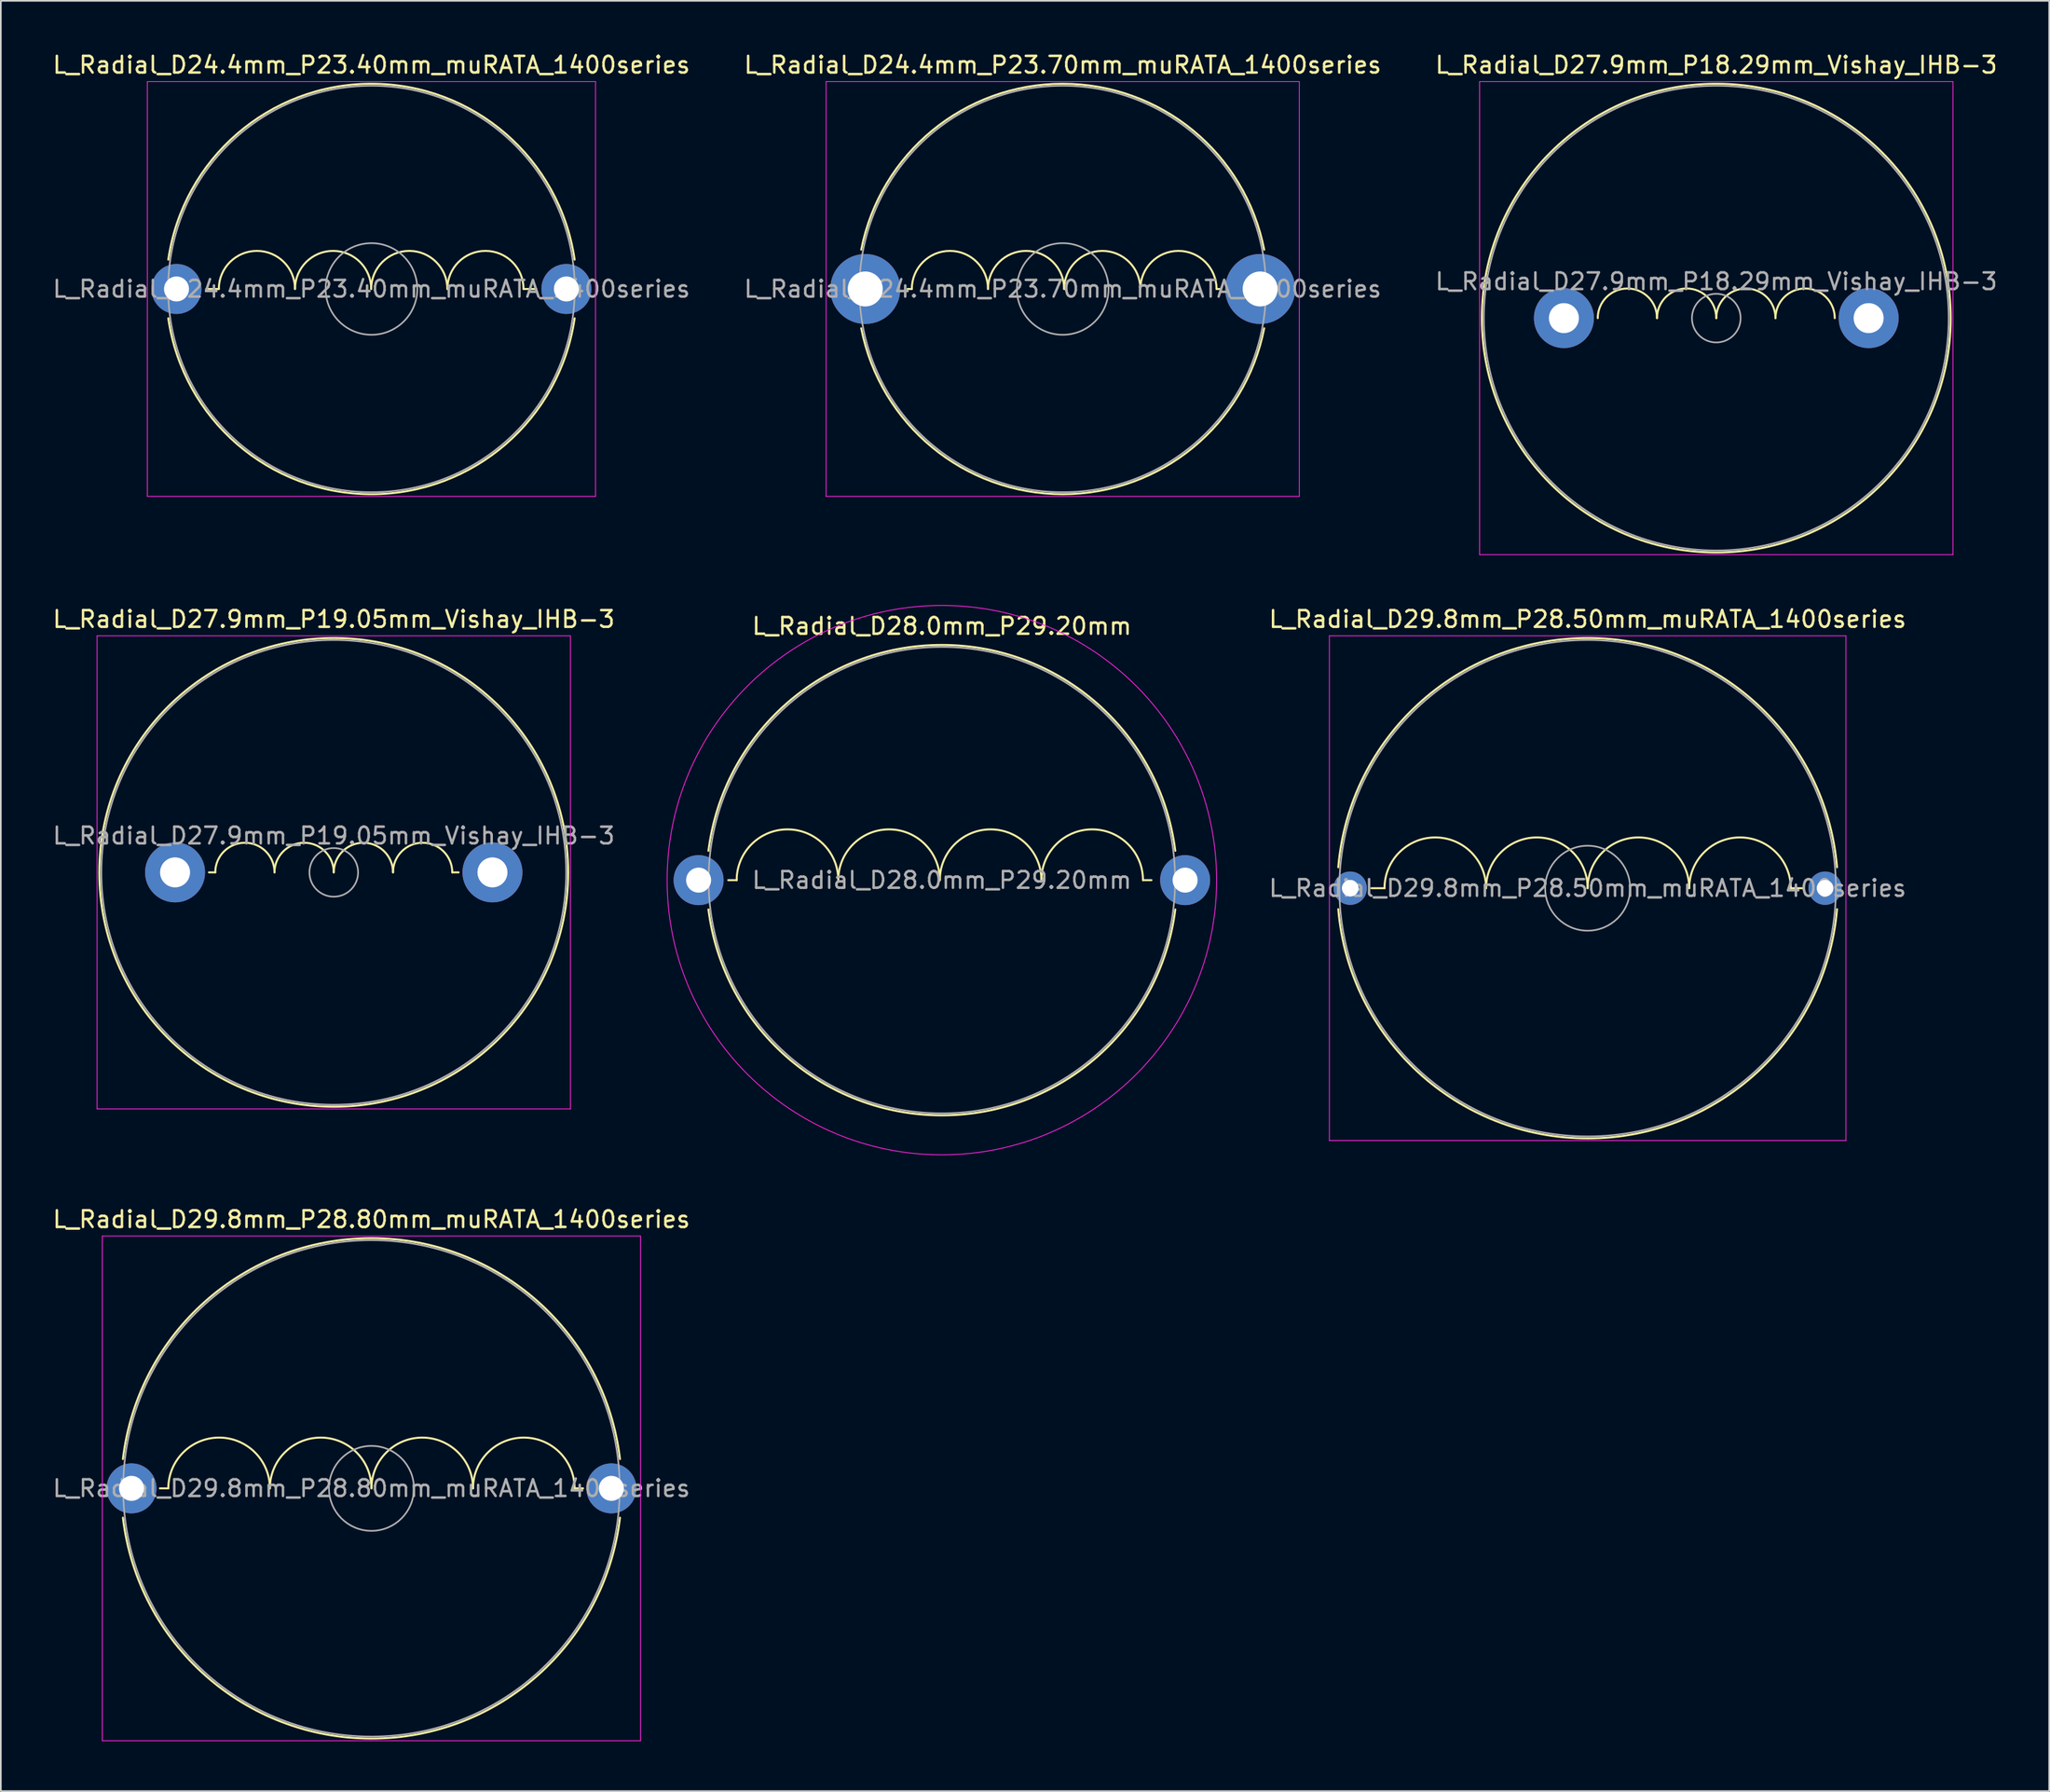
<source format=kicad_pcb>
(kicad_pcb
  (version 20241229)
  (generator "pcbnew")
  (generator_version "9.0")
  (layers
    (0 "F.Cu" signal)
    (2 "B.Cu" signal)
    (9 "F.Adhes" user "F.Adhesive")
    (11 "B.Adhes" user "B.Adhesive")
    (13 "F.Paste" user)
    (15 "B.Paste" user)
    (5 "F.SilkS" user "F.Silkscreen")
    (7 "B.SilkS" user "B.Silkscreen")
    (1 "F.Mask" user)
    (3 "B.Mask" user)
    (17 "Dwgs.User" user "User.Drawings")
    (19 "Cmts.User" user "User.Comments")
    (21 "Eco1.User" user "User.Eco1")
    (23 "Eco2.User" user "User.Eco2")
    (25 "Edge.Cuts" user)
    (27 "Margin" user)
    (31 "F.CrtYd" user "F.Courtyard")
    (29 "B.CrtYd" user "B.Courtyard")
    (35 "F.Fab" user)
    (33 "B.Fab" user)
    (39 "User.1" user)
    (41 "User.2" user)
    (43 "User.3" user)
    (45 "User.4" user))
  (footprint "L_Radial_D29.8mm_P28.50mm_muRATA_1400series"
    (layer "F.Cu")
    (at 77.988 50.272)
    (property "Reference" "L_Radial_D29.8mm_P28.50mm_muRATA_1400series" (at 14.25 -16.15 0) (layer "F.SilkS") (effects (font (size 1 1) (thickness 0.15))))
    (attr through_hole)
    (fp_line (start 2.058 0) (end 1.27 0) (stroke (width 0.12) (type solid)) (layer "F.SilkS"))
    (fp_line (start 26.442 0) (end 27.178 0) (stroke (width 0.12) (type solid)) (layer "F.SilkS"))
    (fp_arc (start -0.717057 -1.26) (mid 14.25 -15.02) (end 29.217057 -1.26) (stroke (width 0.12) (type solid)) (layer "F.SilkS"))
    (fp_arc (start 2.058 0) (mid 5.106 -3.048) (end 8.154 0) (stroke (width 0.12) (type solid)) (layer "F.SilkS"))
    (fp_arc (start 8.154 0) (mid 11.202 -3.048) (end 14.25 0) (stroke (width 0.12) (type solid)) (layer "F.SilkS"))
    (fp_arc (start 14.25 0) (mid 17.298 -3.048) (end 20.346 0) (stroke (width 0.12) (type solid)) (layer "F.SilkS"))
    (fp_arc (start 20.346 0) (mid 23.394 -3.048) (end 26.442 0) (stroke (width 0.12) (type solid)) (layer "F.SilkS"))
    (fp_arc (start 29.217057 1.26) (mid 14.25 15.02) (end -0.717057 1.26) (stroke (width 0.12) (type solid)) (layer "F.SilkS"))
    (fp_line (start -1.25 -15.15) (end -1.25 15.15) (stroke (width 0.05) (type solid)) (layer "F.CrtYd"))
    (fp_line (start -1.25 15.15) (end 29.75 15.15) (stroke (width 0.05) (type solid)) (layer "F.CrtYd"))
    (fp_line (start 29.75 -15.15) (end -1.25 -15.15) (stroke (width 0.05) (type solid)) (layer "F.CrtYd"))
    (fp_line (start 29.75 15.15) (end 29.75 -15.15) (stroke (width 0.05) (type solid)) (layer "F.CrtYd"))
    (fp_circle (center 14.25 0) (end 16.8 0) (stroke (width 0.1) (type solid)) (fill no) (layer "F.Fab"))
    (fp_circle (center 14.25 0) (end 29.15 0) (stroke (width 0.1) (type solid)) (fill no) (layer "F.Fab"))
    (fp_text user "${REFERENCE}" (at 14.25 0 0) (layer "F.Fab") (effects (font (size 1 1) (thickness 0.15))))
    (pad "1" thru_hole circle (at 0 0) (size 2 2) (drill 1) (layers "*.Cu" "*.Mask"))
    (pad "2" thru_hole circle (at 28.5 0) (size 2 2) (drill 1) (layers "*.Cu" "*.Mask")))
  (footprint "L_Radial_D29.8mm_P28.80mm_muRATA_1400series"
    (layer "F.Cu")
    (at 4.844 86.302)
    (property "Reference" "L_Radial_D29.8mm_P28.80mm_muRATA_1400series" (at 14.4 -16.15 0) (layer "F.SilkS") (effects (font (size 1 1) (thickness 0.15))))
    (attr through_hole)
    (fp_line (start 2.208 0) (end 1.7 0) (stroke (width 0.12) (type solid)) (layer "F.SilkS"))
    (fp_line (start 26.592 0) (end 27.1 0) (stroke (width 0.12) (type solid)) (layer "F.SilkS"))
    (fp_arc (start -0.516528 -1.76) (mid 14.4 -15.02) (end 29.316528 -1.76) (stroke (width 0.12) (type solid)) (layer "F.SilkS"))
    (fp_arc (start 2.208 0) (mid 5.256 -3.048) (end 8.304 0) (stroke (width 0.12) (type solid)) (layer "F.SilkS"))
    (fp_arc (start 8.304 0) (mid 11.352 -3.048) (end 14.4 0) (stroke (width 0.12) (type solid)) (layer "F.SilkS"))
    (fp_arc (start 14.4 0) (mid 17.448 -3.048) (end 20.496 0) (stroke (width 0.12) (type solid)) (layer "F.SilkS"))
    (fp_arc (start 20.496 0) (mid 23.544 -3.048) (end 26.592 0) (stroke (width 0.12) (type solid)) (layer "F.SilkS"))
    (fp_arc (start 29.316528 1.76) (mid 14.4 15.02) (end -0.516528 1.76) (stroke (width 0.12) (type solid)) (layer "F.SilkS"))
    (fp_line (start -1.75 -15.15) (end -1.75 15.15) (stroke (width 0.05) (type solid)) (layer "F.CrtYd"))
    (fp_line (start -1.75 15.15) (end 30.55 15.15) (stroke (width 0.05) (type solid)) (layer "F.CrtYd"))
    (fp_line (start 30.55 -15.15) (end -1.75 -15.15) (stroke (width 0.05) (type solid)) (layer "F.CrtYd"))
    (fp_line (start 30.55 15.15) (end 30.55 -15.15) (stroke (width 0.05) (type solid)) (layer "F.CrtYd"))
    (fp_circle (center 14.4 0) (end 16.95 0) (stroke (width 0.1) (type solid)) (fill no) (layer "F.Fab"))
    (fp_circle (center 14.4 0) (end 29.3 0) (stroke (width 0.1) (type solid)) (fill no) (layer "F.Fab"))
    (fp_text user "${REFERENCE}" (at 14.4 0 0) (layer "F.Fab") (effects (font (size 1 1) (thickness 0.15))))
    (pad "1" thru_hole circle (at 0 0) (size 3 3) (drill 1.5) (layers "*.Cu" "*.Mask"))
    (pad "2" thru_hole circle (at 28.8 0) (size 3 3) (drill 1.5) (layers "*.Cu" "*.Mask")))
  (footprint "L_Radial_D24.4mm_P23.70mm_muRATA_1400series"
    (layer "F.Cu")
    (at 48.882 14.298)
    (property "Reference" "L_Radial_D24.4mm_P23.70mm_muRATA_1400series" (at 11.85 -13.45 0) (layer "F.SilkS") (effects (font (size 1 1) (thickness 0.15))))
    (attr through_hole)
    (fp_line (start 2.794 0) (end 2.54 0) (stroke (width 0.12) (type solid)) (layer "F.SilkS"))
    (fp_line (start 21.082 0) (end 21.336 0) (stroke (width 0.12) (type solid)) (layer "F.SilkS"))
    (fp_arc (start -0.241848 -2.36) (mid 11.85 -12.32) (end 23.941848 -2.36) (stroke (width 0.12) (type solid)) (layer "F.SilkS"))
    (fp_arc (start 2.794 0) (mid 5.08 -2.286) (end 7.366 0) (stroke (width 0.12) (type solid)) (layer "F.SilkS"))
    (fp_arc (start 7.366 0) (mid 9.652 -2.286) (end 11.938 0) (stroke (width 0.12) (type solid)) (layer "F.SilkS"))
    (fp_arc (start 11.938 0) (mid 14.224 -2.286) (end 16.51 0) (stroke (width 0.12) (type solid)) (layer "F.SilkS"))
    (fp_arc (start 16.51 0) (mid 18.796 -2.286) (end 21.082 0) (stroke (width 0.12) (type solid)) (layer "F.SilkS"))
    (fp_arc (start 23.941848 2.36) (mid 11.85 12.32) (end -0.241848 2.36) (stroke (width 0.12) (type solid)) (layer "F.SilkS"))
    (fp_line (start -2.35 -12.45) (end -2.35 12.45) (stroke (width 0.05) (type solid)) (layer "F.CrtYd"))
    (fp_line (start -2.35 12.45) (end 26.05 12.45) (stroke (width 0.05) (type solid)) (layer "F.CrtYd"))
    (fp_line (start 26.05 -12.45) (end -2.35 -12.45) (stroke (width 0.05) (type solid)) (layer "F.CrtYd"))
    (fp_line (start 26.05 12.45) (end 26.05 -12.45) (stroke (width 0.05) (type solid)) (layer "F.CrtYd"))
    (fp_circle (center 11.85 0) (end 14.6 0) (stroke (width 0.1) (type solid)) (fill no) (layer "F.Fab"))
    (fp_circle (center 11.85 0) (end 24.05 0) (stroke (width 0.1) (type solid)) (fill no) (layer "F.Fab"))
    (fp_text user "${REFERENCE}" (at 11.85 0 0) (layer "F.Fab") (effects (font (size 1 1) (thickness 0.15))))
    (pad "1" thru_hole circle (at 0 0) (size 4.2 4.2) (drill 2.1) (layers "*.Cu" "*.Mask"))
    (pad "2" thru_hole circle (at 23.7 0) (size 4.2 4.2) (drill 2.1) (layers "*.Cu" "*.Mask")))
  (footprint "L_Radial_D27.9mm_P18.29mm_Vishay_IHB-3"
    (layer "F.Cu")
    (at 90.813 16.048)
    (property "Reference" "L_Radial_D27.9mm_P18.29mm_Vishay_IHB-3" (at 9.145 -15.2 0) (layer "F.SilkS") (effects (font (size 1 1) (thickness 0.15))))
    (attr through_hole)
    (fp_arc (start 2.032 0) (mid 3.81 -1.778) (end 5.588 0) (stroke (width 0.12) (type solid)) (layer "F.SilkS"))
    (fp_arc (start 5.588 0) (mid 7.366 -1.778) (end 9.144 0) (stroke (width 0.12) (type solid)) (layer "F.SilkS"))
    (fp_arc (start 9.145 0) (mid 10.922 -1.777) (end 12.699 0) (stroke (width 0.12) (type solid)) (layer "F.SilkS"))
    (fp_arc (start 12.7 0) (mid 14.478 -1.778) (end 16.256 0) (stroke (width 0.12) (type solid)) (layer "F.SilkS"))
    (fp_circle (center 9.145 0) (end 23.215 0) (stroke (width 0.12) (type solid)) (fill no) (layer "F.SilkS"))
    (fp_line (start -5.06 -14.2) (end -5.06 14.2) (stroke (width 0.05) (type solid)) (layer "F.CrtYd"))
    (fp_line (start -5.06 14.2) (end 23.35 14.2) (stroke (width 0.05) (type solid)) (layer "F.CrtYd"))
    (fp_line (start 23.35 -14.2) (end -5.06 -14.2) (stroke (width 0.05) (type solid)) (layer "F.CrtYd"))
    (fp_line (start 23.35 14.2) (end 23.35 -14.2) (stroke (width 0.05) (type solid)) (layer "F.CrtYd"))
    (fp_circle (center 9.145 0) (end 10.605 0) (stroke (width 0.1) (type solid)) (fill no) (layer "F.Fab"))
    (fp_circle (center 9.145 0) (end 23.095 0) (stroke (width 0.1) (type solid)) (fill no) (layer "F.Fab"))
    (fp_text user "${REFERENCE}" (at 9.145 -2.2 0) (layer "F.Fab") (effects (font (size 1 1) (thickness 0.15))))
    (pad "1" thru_hole circle (at 0 0) (size 3.6 3.6) (drill 1.8) (layers "*.Cu" "*.Mask"))
    (pad "2" thru_hole circle (at 18.29 0) (size 3.6 3.6) (drill 1.8) (layers "*.Cu" "*.Mask")))
  (footprint "L_Radial_D24.4mm_P23.40mm_muRATA_1400series"
    (layer "F.Cu")
    (at 7.544 14.298)
    (property "Reference" "L_Radial_D24.4mm_P23.40mm_muRATA_1400series" (at 11.7 -13.45 0) (layer "F.SilkS") (effects (font (size 1 1) (thickness 0.15))))
    (attr through_hole)
    (fp_line (start 2.54 0) (end 1.778 0) (stroke (width 0.12) (type solid)) (layer "F.SilkS"))
    (fp_line (start 20.828 0) (end 21.59 0) (stroke (width 0.12) (type solid)) (layer "F.SilkS"))
    (fp_arc (start -0.493638 -1.76) (mid 11.7 -12.32) (end 23.893638 -1.76) (stroke (width 0.12) (type solid)) (layer "F.SilkS"))
    (fp_arc (start 2.54 0) (mid 4.826 -2.286) (end 7.112 0) (stroke (width 0.12) (type solid)) (layer "F.SilkS"))
    (fp_arc (start 7.112 0) (mid 9.398 -2.286) (end 11.684 0) (stroke (width 0.12) (type solid)) (layer "F.SilkS"))
    (fp_arc (start 11.684 0) (mid 13.97 -2.286) (end 16.256 0) (stroke (width 0.12) (type solid)) (layer "F.SilkS"))
    (fp_arc (start 16.256 0) (mid 18.542 -2.286) (end 20.828 0) (stroke (width 0.12) (type solid)) (layer "F.SilkS"))
    (fp_arc (start 23.893638 1.76) (mid 11.7 12.32) (end -0.493638 1.76) (stroke (width 0.12) (type solid)) (layer "F.SilkS"))
    (fp_line (start -1.75 -12.45) (end -1.75 12.45) (stroke (width 0.05) (type solid)) (layer "F.CrtYd"))
    (fp_line (start -1.75 12.45) (end 25.15 12.45) (stroke (width 0.05) (type solid)) (layer "F.CrtYd"))
    (fp_line (start 25.15 -12.45) (end -1.75 -12.45) (stroke (width 0.05) (type solid)) (layer "F.CrtYd"))
    (fp_line (start 25.15 12.45) (end 25.15 -12.45) (stroke (width 0.05) (type solid)) (layer "F.CrtYd"))
    (fp_circle (center 11.7 0) (end 14.45 0) (stroke (width 0.1) (type solid)) (fill no) (layer "F.Fab"))
    (fp_circle (center 11.7 0) (end 23.9 0) (stroke (width 0.1) (type solid)) (fill no) (layer "F.Fab"))
    (fp_text user "${REFERENCE}" (at 11.7 0 0) (layer "F.Fab") (effects (font (size 1 1) (thickness 0.15))))
    (pad "1" thru_hole circle (at 0 0) (size 3 3) (drill 1.5) (layers "*.Cu" "*.Mask"))
    (pad "2" thru_hole circle (at 23.4 0) (size 3 3) (drill 1.5) (layers "*.Cu" "*.Mask")))
  (footprint "L_Radial_D27.9mm_P19.05mm_Vishay_IHB-3"
    (layer "F.Cu")
    (at 7.457 49.322)
    (property "Reference" "L_Radial_D27.9mm_P19.05mm_Vishay_IHB-3" (at 9.525 -15.2 0) (layer "F.SilkS") (effects (font (size 1 1) (thickness 0.15))))
    (attr through_hole)
    (fp_line (start 2.413 0) (end 2.032 0) (stroke (width 0.12) (type solid)) (layer "F.SilkS"))
    (fp_line (start 16.637 0) (end 17.018 0) (stroke (width 0.12) (type solid)) (layer "F.SilkS"))
    (fp_arc (start 2.413 0) (mid 4.191 -1.778) (end 5.969 0) (stroke (width 0.12) (type solid)) (layer "F.SilkS"))
    (fp_arc (start 5.969 0) (mid 7.747 -1.778) (end 9.525 0) (stroke (width 0.12) (type solid)) (layer "F.SilkS"))
    (fp_arc (start 9.526 0) (mid 11.303 -1.777) (end 13.08 0) (stroke (width 0.12) (type solid)) (layer "F.SilkS"))
    (fp_arc (start 13.081 0) (mid 14.859 -1.778) (end 16.637 0) (stroke (width 0.12) (type solid)) (layer "F.SilkS"))
    (fp_circle (center 9.525 0) (end 23.595 0) (stroke (width 0.12) (type solid)) (fill no) (layer "F.SilkS"))
    (fp_line (start -4.68 -14.2) (end -4.68 14.2) (stroke (width 0.05) (type solid)) (layer "F.CrtYd"))
    (fp_line (start -4.68 14.2) (end 23.73 14.2) (stroke (width 0.05) (type solid)) (layer "F.CrtYd"))
    (fp_line (start 23.73 -14.2) (end -4.68 -14.2) (stroke (width 0.05) (type solid)) (layer "F.CrtYd"))
    (fp_line (start 23.73 14.2) (end 23.73 -14.2) (stroke (width 0.05) (type solid)) (layer "F.CrtYd"))
    (fp_circle (center 9.525 0) (end 10.985 0) (stroke (width 0.1) (type solid)) (fill no) (layer "F.Fab"))
    (fp_circle (center 9.525 0) (end 23.475 0) (stroke (width 0.1) (type solid)) (fill no) (layer "F.Fab"))
    (fp_text user "${REFERENCE}" (at 9.525 -2.2 0) (layer "F.Fab") (effects (font (size 1 1) (thickness 0.15))))
    (pad "1" thru_hole circle (at 0 0) (size 3.6 3.6) (drill 1.8) (layers "*.Cu" "*.Mask"))
    (pad "2" thru_hole circle (at 19.05 0) (size 3.6 3.6) (drill 1.8) (layers "*.Cu" "*.Mask")))
  (footprint "L_Radial_D28.0mm_P29.20mm"
    (layer "F.Cu")
    (at 38.879 49.788)
    (property "Reference" "L_Radial_D28.0mm_P29.20mm" (at 14.6 -15.25 0) (layer "F.SilkS") (effects (font (size 1 1) (thickness 0.15))))
    (attr through_hole)
    (fp_line (start 2.286 0) (end 1.778 0) (stroke (width 0.12) (type solid)) (layer "F.SilkS"))
    (fp_line (start 26.67 0) (end 27.178 0) (stroke (width 0.12) (type solid)) (layer "F.SilkS"))
    (fp_arc (start 0.590118 -1.76) (mid 14.6 -14.12) (end 28.609882 -1.76) (stroke (width 0.12) (type solid)) (layer "F.SilkS"))
    (fp_arc (start 2.286 0) (mid 5.334 -3.048) (end 8.382 0) (stroke (width 0.12) (type solid)) (layer "F.SilkS"))
    (fp_arc (start 8.382 0) (mid 11.43 -3.048) (end 14.478 0) (stroke (width 0.12) (type solid)) (layer "F.SilkS"))
    (fp_arc (start 14.478 0) (mid 17.526 -3.048) (end 20.574 0) (stroke (width 0.12) (type solid)) (layer "F.SilkS"))
    (fp_arc (start 20.574 0) (mid 23.622 -3.048) (end 26.67 0) (stroke (width 0.12) (type solid)) (layer "F.SilkS"))
    (fp_arc (start 28.609882 1.76) (mid 14.6 14.12) (end 0.590118 1.76) (stroke (width 0.12) (type solid)) (layer "F.SilkS"))
    (fp_circle (center 14.6 0) (end 31.09 0) (stroke (width 0.05) (type solid)) (fill no) (layer "F.CrtYd"))
    (fp_circle (center 14.6 0) (end 28.6 0) (stroke (width 0.1) (type solid)) (fill no) (layer "F.Fab"))
    (fp_text user "${REFERENCE}" (at 14.6 0 0) (layer "F.Fab") (effects (font (size 1 1) (thickness 0.15))))
    (pad "1" thru_hole circle (at 0 0) (size 3 3) (drill 1.5) (layers "*.Cu" "*.Mask"))
    (pad "2" thru_hole circle (at 29.2 0) (size 3 3) (drill 1.5) (layers "*.Cu" "*.Mask")))
  (gr_rect
    (start -3 -3)
    (end 119.94 104.477)
    (stroke (width 0.1) (type default))
    (fill no)
    (layer "Edge.Cuts")))
</source>
